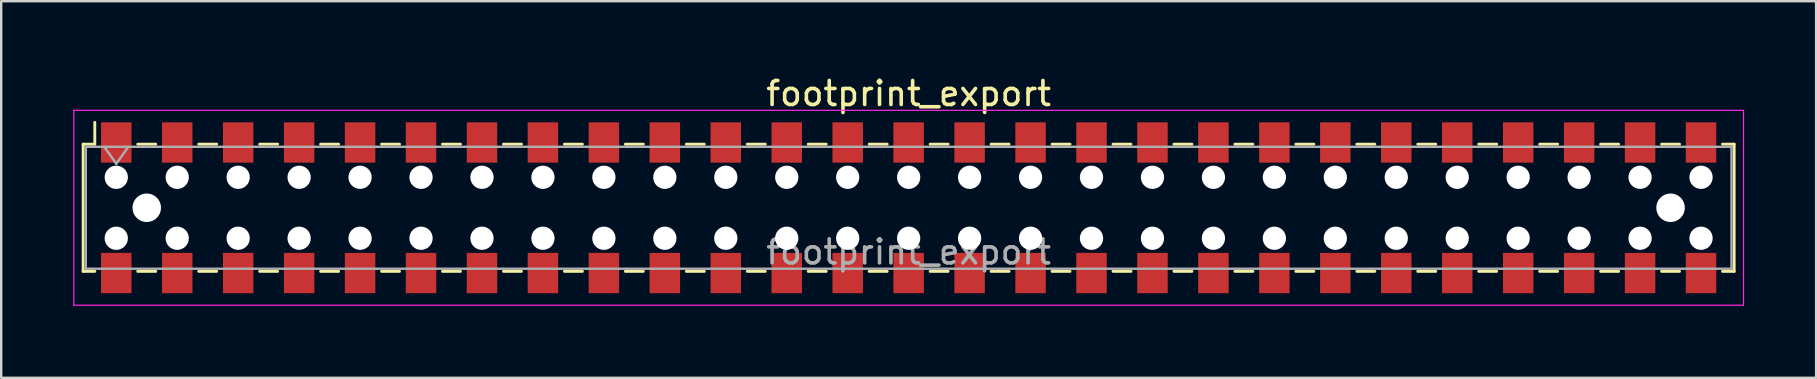
<source format=kicad_pcb>
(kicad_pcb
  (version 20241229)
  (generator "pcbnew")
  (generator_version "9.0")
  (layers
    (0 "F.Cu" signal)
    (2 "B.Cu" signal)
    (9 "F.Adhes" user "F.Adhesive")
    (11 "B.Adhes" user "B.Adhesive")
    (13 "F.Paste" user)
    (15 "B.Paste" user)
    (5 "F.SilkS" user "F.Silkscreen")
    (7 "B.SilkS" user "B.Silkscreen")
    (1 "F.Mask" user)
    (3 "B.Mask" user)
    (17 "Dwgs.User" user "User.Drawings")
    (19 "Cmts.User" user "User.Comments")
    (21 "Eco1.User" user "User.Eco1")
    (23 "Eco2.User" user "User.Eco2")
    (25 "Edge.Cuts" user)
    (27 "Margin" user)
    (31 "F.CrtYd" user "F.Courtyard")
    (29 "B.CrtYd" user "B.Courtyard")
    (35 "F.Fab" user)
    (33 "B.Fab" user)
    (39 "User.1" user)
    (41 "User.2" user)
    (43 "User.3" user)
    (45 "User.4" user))
  (footprint "footprint_export"
    (layer "F.Cu")
    (at 34.815 5.608)
    (property "Reference" "footprint_export" (at 0 -4.76 0) (layer "F.SilkS") (effects (font (size 1 1) (thickness 0.15))))
    (attr smd)
    (fp_line (start -34.4 -2.65) (end -34.4 2.65) (stroke (width 0.12) (type solid)) (layer "F.SilkS"))
    (fp_line (start -34.4 2.65) (end -33.915 2.65) (stroke (width 0.12) (type solid)) (layer "F.SilkS"))
    (fp_line (start -33.915 -3.56) (end -33.915 -2.65) (stroke (width 0.12) (type solid)) (layer "F.SilkS"))
    (fp_line (start -33.915 -2.65) (end -34.4 -2.65) (stroke (width 0.12) (type solid)) (layer "F.SilkS"))
    (fp_line (start -32.125 -2.65) (end -31.375 -2.65) (stroke (width 0.12) (type solid)) (layer "F.SilkS"))
    (fp_line (start -32.125 2.65) (end -31.375 2.65) (stroke (width 0.12) (type solid)) (layer "F.SilkS"))
    (fp_line (start -29.585 -2.65) (end -28.835 -2.65) (stroke (width 0.12) (type solid)) (layer "F.SilkS"))
    (fp_line (start -29.585 2.65) (end -28.835 2.65) (stroke (width 0.12) (type solid)) (layer "F.SilkS"))
    (fp_line (start -27.045 -2.65) (end -26.295 -2.65) (stroke (width 0.12) (type solid)) (layer "F.SilkS"))
    (fp_line (start -27.045 2.65) (end -26.295 2.65) (stroke (width 0.12) (type solid)) (layer "F.SilkS"))
    (fp_line (start -24.505 -2.65) (end -23.755 -2.65) (stroke (width 0.12) (type solid)) (layer "F.SilkS"))
    (fp_line (start -24.505 2.65) (end -23.755 2.65) (stroke (width 0.12) (type solid)) (layer "F.SilkS"))
    (fp_line (start -21.965 -2.65) (end -21.215 -2.65) (stroke (width 0.12) (type solid)) (layer "F.SilkS"))
    (fp_line (start -21.965 2.65) (end -21.215 2.65) (stroke (width 0.12) (type solid)) (layer "F.SilkS"))
    (fp_line (start -19.425 -2.65) (end -18.675 -2.65) (stroke (width 0.12) (type solid)) (layer "F.SilkS"))
    (fp_line (start -19.425 2.65) (end -18.675 2.65) (stroke (width 0.12) (type solid)) (layer "F.SilkS"))
    (fp_line (start -16.885 -2.65) (end -16.135 -2.65) (stroke (width 0.12) (type solid)) (layer "F.SilkS"))
    (fp_line (start -16.885 2.65) (end -16.135 2.65) (stroke (width 0.12) (type solid)) (layer "F.SilkS"))
    (fp_line (start -14.345 -2.65) (end -13.595 -2.65) (stroke (width 0.12) (type solid)) (layer "F.SilkS"))
    (fp_line (start -14.345 2.65) (end -13.595 2.65) (stroke (width 0.12) (type solid)) (layer "F.SilkS"))
    (fp_line (start -11.805 -2.65) (end -11.055 -2.65) (stroke (width 0.12) (type solid)) (layer "F.SilkS"))
    (fp_line (start -11.805 2.65) (end -11.055 2.65) (stroke (width 0.12) (type solid)) (layer "F.SilkS"))
    (fp_line (start -9.265 -2.65) (end -8.515 -2.65) (stroke (width 0.12) (type solid)) (layer "F.SilkS"))
    (fp_line (start -9.265 2.65) (end -8.515 2.65) (stroke (width 0.12) (type solid)) (layer "F.SilkS"))
    (fp_line (start -6.725 -2.65) (end -5.975 -2.65) (stroke (width 0.12) (type solid)) (layer "F.SilkS"))
    (fp_line (start -6.725 2.65) (end -5.975 2.65) (stroke (width 0.12) (type solid)) (layer "F.SilkS"))
    (fp_line (start -4.185 -2.65) (end -3.435 -2.65) (stroke (width 0.12) (type solid)) (layer "F.SilkS"))
    (fp_line (start -4.185 2.65) (end -3.435 2.65) (stroke (width 0.12) (type solid)) (layer "F.SilkS"))
    (fp_line (start -1.645 -2.65) (end -0.895 -2.65) (stroke (width 0.12) (type solid)) (layer "F.SilkS"))
    (fp_line (start -1.645 2.65) (end -0.895 2.65) (stroke (width 0.12) (type solid)) (layer "F.SilkS"))
    (fp_line (start 0.895 -2.65) (end 1.645 -2.65) (stroke (width 0.12) (type solid)) (layer "F.SilkS"))
    (fp_line (start 0.895 2.65) (end 1.645 2.65) (stroke (width 0.12) (type solid)) (layer "F.SilkS"))
    (fp_line (start 3.435 -2.65) (end 4.185 -2.65) (stroke (width 0.12) (type solid)) (layer "F.SilkS"))
    (fp_line (start 3.435 2.65) (end 4.185 2.65) (stroke (width 0.12) (type solid)) (layer "F.SilkS"))
    (fp_line (start 5.975 -2.65) (end 6.725 -2.65) (stroke (width 0.12) (type solid)) (layer "F.SilkS"))
    (fp_line (start 5.975 2.65) (end 6.725 2.65) (stroke (width 0.12) (type solid)) (layer "F.SilkS"))
    (fp_line (start 8.515 -2.65) (end 9.265 -2.65) (stroke (width 0.12) (type solid)) (layer "F.SilkS"))
    (fp_line (start 8.515 2.65) (end 9.265 2.65) (stroke (width 0.12) (type solid)) (layer "F.SilkS"))
    (fp_line (start 11.055 -2.65) (end 11.805 -2.65) (stroke (width 0.12) (type solid)) (layer "F.SilkS"))
    (fp_line (start 11.055 2.65) (end 11.805 2.65) (stroke (width 0.12) (type solid)) (layer "F.SilkS"))
    (fp_line (start 13.595 -2.65) (end 14.345 -2.65) (stroke (width 0.12) (type solid)) (layer "F.SilkS"))
    (fp_line (start 13.595 2.65) (end 14.345 2.65) (stroke (width 0.12) (type solid)) (layer "F.SilkS"))
    (fp_line (start 16.135 -2.65) (end 16.885 -2.65) (stroke (width 0.12) (type solid)) (layer "F.SilkS"))
    (fp_line (start 16.135 2.65) (end 16.885 2.65) (stroke (width 0.12) (type solid)) (layer "F.SilkS"))
    (fp_line (start 18.675 -2.65) (end 19.425 -2.65) (stroke (width 0.12) (type solid)) (layer "F.SilkS"))
    (fp_line (start 18.675 2.65) (end 19.425 2.65) (stroke (width 0.12) (type solid)) (layer "F.SilkS"))
    (fp_line (start 21.215 -2.65) (end 21.965 -2.65) (stroke (width 0.12) (type solid)) (layer "F.SilkS"))
    (fp_line (start 21.215 2.65) (end 21.965 2.65) (stroke (width 0.12) (type solid)) (layer "F.SilkS"))
    (fp_line (start 23.755 -2.65) (end 24.505 -2.65) (stroke (width 0.12) (type solid)) (layer "F.SilkS"))
    (fp_line (start 23.755 2.65) (end 24.505 2.65) (stroke (width 0.12) (type solid)) (layer "F.SilkS"))
    (fp_line (start 26.295 -2.65) (end 27.045 -2.65) (stroke (width 0.12) (type solid)) (layer "F.SilkS"))
    (fp_line (start 26.295 2.65) (end 27.045 2.65) (stroke (width 0.12) (type solid)) (layer "F.SilkS"))
    (fp_line (start 28.835 -2.65) (end 29.585 -2.65) (stroke (width 0.12) (type solid)) (layer "F.SilkS"))
    (fp_line (start 28.835 2.65) (end 29.585 2.65) (stroke (width 0.12) (type solid)) (layer "F.SilkS"))
    (fp_line (start 31.375 -2.65) (end 32.125 -2.65) (stroke (width 0.12) (type solid)) (layer "F.SilkS"))
    (fp_line (start 31.375 2.65) (end 32.125 2.65) (stroke (width 0.12) (type solid)) (layer "F.SilkS"))
    (fp_line (start 33.915 -2.65) (end 34.4 -2.65) (stroke (width 0.12) (type solid)) (layer "F.SilkS"))
    (fp_line (start 34.4 -2.65) (end 34.4 2.65) (stroke (width 0.12) (type solid)) (layer "F.SilkS"))
    (fp_line (start 34.4 2.65) (end 33.915 2.65) (stroke (width 0.12) (type solid)) (layer "F.SilkS"))
    (fp_line (start -34.79 -4.06) (end 34.79 -4.06) (stroke (width 0.05) (type solid)) (layer "F.CrtYd"))
    (fp_line (start -34.79 4.06) (end -34.79 -4.06) (stroke (width 0.05) (type solid)) (layer "F.CrtYd"))
    (fp_line (start 34.79 -4.06) (end 34.79 4.06) (stroke (width 0.05) (type solid)) (layer "F.CrtYd"))
    (fp_line (start 34.79 4.06) (end -34.79 4.06) (stroke (width 0.05) (type solid)) (layer "F.CrtYd"))
    (fp_line (start -34.29 -2.54) (end 34.29 -2.54) (stroke (width 0.1) (type solid)) (layer "F.Fab"))
    (fp_line (start -34.29 2.54) (end -34.29 -2.54) (stroke (width 0.1) (type solid)) (layer "F.Fab"))
    (fp_line (start -33.52 -2.54) (end -33.02 -1.833) (stroke (width 0.1) (type solid)) (layer "F.Fab"))
    (fp_line (start -33.02 -1.833) (end -32.52 -2.54) (stroke (width 0.1) (type solid)) (layer "F.Fab"))
    (fp_line (start 34.29 -2.54) (end 34.29 2.54) (stroke (width 0.1) (type solid)) (layer "F.Fab"))
    (fp_line (start 34.29 2.54) (end -34.29 2.54) (stroke (width 0.1) (type solid)) (layer "F.Fab"))
    (fp_text user "${REFERENCE}" (at 0 1.84 0) (layer "F.Fab") (effects (font (size 1 1) (thickness 0.15))))
    (pad "" np_thru_hole circle (at -33.02 -1.27) (size 0.97 0.97) (drill 0.97) (layers "*.Cu" "*.Mask"))
    (pad "" np_thru_hole circle (at -33.02 1.27) (size 0.97 0.97) (drill 0.97) (layers "*.Cu" "*.Mask"))
    (pad "" np_thru_hole circle (at -31.75 0) (size 1.19 1.19) (drill 1.19) (layers "*.Cu" "*.Mask"))
    (pad "" np_thru_hole circle (at -30.48 -1.27) (size 0.97 0.97) (drill 0.97) (layers "*.Cu" "*.Mask"))
    (pad "" np_thru_hole circle (at -30.48 1.27) (size 0.97 0.97) (drill 0.97) (layers "*.Cu" "*.Mask"))
    (pad "" np_thru_hole circle (at -27.94 -1.27) (size 0.97 0.97) (drill 0.97) (layers "*.Cu" "*.Mask"))
    (pad "" np_thru_hole circle (at -27.94 1.27) (size 0.97 0.97) (drill 0.97) (layers "*.Cu" "*.Mask"))
    (pad "" np_thru_hole circle (at -25.4 -1.27) (size 0.97 0.97) (drill 0.97) (layers "*.Cu" "*.Mask"))
    (pad "" np_thru_hole circle (at -25.4 1.27) (size 0.97 0.97) (drill 0.97) (layers "*.Cu" "*.Mask"))
    (pad "" np_thru_hole circle (at -22.86 -1.27) (size 0.97 0.97) (drill 0.97) (layers "*.Cu" "*.Mask"))
    (pad "" np_thru_hole circle (at -22.86 1.27) (size 0.97 0.97) (drill 0.97) (layers "*.Cu" "*.Mask"))
    (pad "" np_thru_hole circle (at -20.32 -1.27) (size 0.97 0.97) (drill 0.97) (layers "*.Cu" "*.Mask"))
    (pad "" np_thru_hole circle (at -20.32 1.27) (size 0.97 0.97) (drill 0.97) (layers "*.Cu" "*.Mask"))
    (pad "" np_thru_hole circle (at -17.78 -1.27) (size 0.97 0.97) (drill 0.97) (layers "*.Cu" "*.Mask"))
    (pad "" np_thru_hole circle (at -17.78 1.27) (size 0.97 0.97) (drill 0.97) (layers "*.Cu" "*.Mask"))
    (pad "" np_thru_hole circle (at -15.24 -1.27) (size 0.97 0.97) (drill 0.97) (layers "*.Cu" "*.Mask"))
    (pad "" np_thru_hole circle (at -15.24 1.27) (size 0.97 0.97) (drill 0.97) (layers "*.Cu" "*.Mask"))
    (pad "" np_thru_hole circle (at -12.7 -1.27) (size 0.97 0.97) (drill 0.97) (layers "*.Cu" "*.Mask"))
    (pad "" np_thru_hole circle (at -12.7 1.27) (size 0.97 0.97) (drill 0.97) (layers "*.Cu" "*.Mask"))
    (pad "" np_thru_hole circle (at -10.16 -1.27) (size 0.97 0.97) (drill 0.97) (layers "*.Cu" "*.Mask"))
    (pad "" np_thru_hole circle (at -10.16 1.27) (size 0.97 0.97) (drill 0.97) (layers "*.Cu" "*.Mask"))
    (pad "" np_thru_hole circle (at -7.62 -1.27) (size 0.97 0.97) (drill 0.97) (layers "*.Cu" "*.Mask"))
    (pad "" np_thru_hole circle (at -7.62 1.27) (size 0.97 0.97) (drill 0.97) (layers "*.Cu" "*.Mask"))
    (pad "" np_thru_hole circle (at -5.08 -1.27) (size 0.97 0.97) (drill 0.97) (layers "*.Cu" "*.Mask"))
    (pad "" np_thru_hole circle (at -5.08 1.27) (size 0.97 0.97) (drill 0.97) (layers "*.Cu" "*.Mask"))
    (pad "" np_thru_hole circle (at -2.54 -1.27) (size 0.97 0.97) (drill 0.97) (layers "*.Cu" "*.Mask"))
    (pad "" np_thru_hole circle (at -2.54 1.27) (size 0.97 0.97) (drill 0.97) (layers "*.Cu" "*.Mask"))
    (pad "" np_thru_hole circle (at 0 -1.27) (size 0.97 0.97) (drill 0.97) (layers "*.Cu" "*.Mask"))
    (pad "" np_thru_hole circle (at 0 1.27) (size 0.97 0.97) (drill 0.97) (layers "*.Cu" "*.Mask"))
    (pad "" np_thru_hole circle (at 2.54 -1.27) (size 0.97 0.97) (drill 0.97) (layers "*.Cu" "*.Mask"))
    (pad "" np_thru_hole circle (at 2.54 1.27) (size 0.97 0.97) (drill 0.97) (layers "*.Cu" "*.Mask"))
    (pad "" np_thru_hole circle (at 5.08 -1.27) (size 0.97 0.97) (drill 0.97) (layers "*.Cu" "*.Mask"))
    (pad "" np_thru_hole circle (at 5.08 1.27) (size 0.97 0.97) (drill 0.97) (layers "*.Cu" "*.Mask"))
    (pad "" np_thru_hole circle (at 7.62 -1.27) (size 0.97 0.97) (drill 0.97) (layers "*.Cu" "*.Mask"))
    (pad "" np_thru_hole circle (at 7.62 1.27) (size 0.97 0.97) (drill 0.97) (layers "*.Cu" "*.Mask"))
    (pad "" np_thru_hole circle (at 10.16 -1.27) (size 0.97 0.97) (drill 0.97) (layers "*.Cu" "*.Mask"))
    (pad "" np_thru_hole circle (at 10.16 1.27) (size 0.97 0.97) (drill 0.97) (layers "*.Cu" "*.Mask"))
    (pad "" np_thru_hole circle (at 12.7 -1.27) (size 0.97 0.97) (drill 0.97) (layers "*.Cu" "*.Mask"))
    (pad "" np_thru_hole circle (at 12.7 1.27) (size 0.97 0.97) (drill 0.97) (layers "*.Cu" "*.Mask"))
    (pad "" np_thru_hole circle (at 15.24 -1.27) (size 0.97 0.97) (drill 0.97) (layers "*.Cu" "*.Mask"))
    (pad "" np_thru_hole circle (at 15.24 1.27) (size 0.97 0.97) (drill 0.97) (layers "*.Cu" "*.Mask"))
    (pad "" np_thru_hole circle (at 17.78 -1.27) (size 0.97 0.97) (drill 0.97) (layers "*.Cu" "*.Mask"))
    (pad "" np_thru_hole circle (at 17.78 1.27) (size 0.97 0.97) (drill 0.97) (layers "*.Cu" "*.Mask"))
    (pad "" np_thru_hole circle (at 20.32 -1.27) (size 0.97 0.97) (drill 0.97) (layers "*.Cu" "*.Mask"))
    (pad "" np_thru_hole circle (at 20.32 1.27) (size 0.97 0.97) (drill 0.97) (layers "*.Cu" "*.Mask"))
    (pad "" np_thru_hole circle (at 22.86 -1.27) (size 0.97 0.97) (drill 0.97) (layers "*.Cu" "*.Mask"))
    (pad "" np_thru_hole circle (at 22.86 1.27) (size 0.97 0.97) (drill 0.97) (layers "*.Cu" "*.Mask"))
    (pad "" np_thru_hole circle (at 25.4 -1.27) (size 0.97 0.97) (drill 0.97) (layers "*.Cu" "*.Mask"))
    (pad "" np_thru_hole circle (at 25.4 1.27) (size 0.97 0.97) (drill 0.97) (layers "*.Cu" "*.Mask"))
    (pad "" np_thru_hole circle (at 27.94 -1.27) (size 0.97 0.97) (drill 0.97) (layers "*.Cu" "*.Mask"))
    (pad "" np_thru_hole circle (at 27.94 1.27) (size 0.97 0.97) (drill 0.97) (layers "*.Cu" "*.Mask"))
    (pad "" np_thru_hole circle (at 30.48 -1.27) (size 0.97 0.97) (drill 0.97) (layers "*.Cu" "*.Mask"))
    (pad "" np_thru_hole circle (at 30.48 1.27) (size 0.97 0.97) (drill 0.97) (layers "*.Cu" "*.Mask"))
    (pad "" np_thru_hole circle (at 31.75 0) (size 1.19 1.19) (drill 1.19) (layers "*.Cu" "*.Mask"))
    (pad "" np_thru_hole circle (at 33.02 -1.27) (size 0.97 0.97) (drill 0.97) (layers "*.Cu" "*.Mask"))
    (pad "" np_thru_hole circle (at 33.02 1.27) (size 0.97 0.97) (drill 0.97) (layers "*.Cu" "*.Mask"))
    (pad "1" smd rect (at -33.02 -2.72) (size 1.27 1.68) (layers "F.Cu" "F.Mask" "F.Paste"))
    (pad "2" smd rect (at -33.02 2.72) (size 1.27 1.68) (layers "F.Cu" "F.Mask" "F.Paste"))
    (pad "3" smd rect (at -30.48 -2.72) (size 1.27 1.68) (layers "F.Cu" "F.Mask" "F.Paste"))
    (pad "4" smd rect (at -30.48 2.72) (size 1.27 1.68) (layers "F.Cu" "F.Mask" "F.Paste"))
    (pad "5" smd rect (at -27.94 -2.72) (size 1.27 1.68) (layers "F.Cu" "F.Mask" "F.Paste"))
    (pad "6" smd rect (at -27.94 2.72) (size 1.27 1.68) (layers "F.Cu" "F.Mask" "F.Paste"))
    (pad "7" smd rect (at -25.4 -2.72) (size 1.27 1.68) (layers "F.Cu" "F.Mask" "F.Paste"))
    (pad "8" smd rect (at -25.4 2.72) (size 1.27 1.68) (layers "F.Cu" "F.Mask" "F.Paste"))
    (pad "9" smd rect (at -22.86 -2.72) (size 1.27 1.68) (layers "F.Cu" "F.Mask" "F.Paste"))
    (pad "10" smd rect (at -22.86 2.72) (size 1.27 1.68) (layers "F.Cu" "F.Mask" "F.Paste"))
    (pad "11" smd rect (at -20.32 -2.72) (size 1.27 1.68) (layers "F.Cu" "F.Mask" "F.Paste"))
    (pad "12" smd rect (at -20.32 2.72) (size 1.27 1.68) (layers "F.Cu" "F.Mask" "F.Paste"))
    (pad "13" smd rect (at -17.78 -2.72) (size 1.27 1.68) (layers "F.Cu" "F.Mask" "F.Paste"))
    (pad "14" smd rect (at -17.78 2.72) (size 1.27 1.68) (layers "F.Cu" "F.Mask" "F.Paste"))
    (pad "15" smd rect (at -15.24 -2.72) (size 1.27 1.68) (layers "F.Cu" "F.Mask" "F.Paste"))
    (pad "16" smd rect (at -15.24 2.72) (size 1.27 1.68) (layers "F.Cu" "F.Mask" "F.Paste"))
    (pad "17" smd rect (at -12.7 -2.72) (size 1.27 1.68) (layers "F.Cu" "F.Mask" "F.Paste"))
    (pad "18" smd rect (at -12.7 2.72) (size 1.27 1.68) (layers "F.Cu" "F.Mask" "F.Paste"))
    (pad "19" smd rect (at -10.16 -2.72) (size 1.27 1.68) (layers "F.Cu" "F.Mask" "F.Paste"))
    (pad "20" smd rect (at -10.16 2.72) (size 1.27 1.68) (layers "F.Cu" "F.Mask" "F.Paste"))
    (pad "21" smd rect (at -7.62 -2.72) (size 1.27 1.68) (layers "F.Cu" "F.Mask" "F.Paste"))
    (pad "22" smd rect (at -7.62 2.72) (size 1.27 1.68) (layers "F.Cu" "F.Mask" "F.Paste"))
    (pad "23" smd rect (at -5.08 -2.72) (size 1.27 1.68) (layers "F.Cu" "F.Mask" "F.Paste"))
    (pad "24" smd rect (at -5.08 2.72) (size 1.27 1.68) (layers "F.Cu" "F.Mask" "F.Paste"))
    (pad "25" smd rect (at -2.54 -2.72) (size 1.27 1.68) (layers "F.Cu" "F.Mask" "F.Paste"))
    (pad "26" smd rect (at -2.54 2.72) (size 1.27 1.68) (layers "F.Cu" "F.Mask" "F.Paste"))
    (pad "27" smd rect (at 0 -2.72) (size 1.27 1.68) (layers "F.Cu" "F.Mask" "F.Paste"))
    (pad "28" smd rect (at 0 2.72) (size 1.27 1.68) (layers "F.Cu" "F.Mask" "F.Paste"))
    (pad "29" smd rect (at 2.54 -2.72) (size 1.27 1.68) (layers "F.Cu" "F.Mask" "F.Paste"))
    (pad "30" smd rect (at 2.54 2.72) (size 1.27 1.68) (layers "F.Cu" "F.Mask" "F.Paste"))
    (pad "31" smd rect (at 5.08 -2.72) (size 1.27 1.68) (layers "F.Cu" "F.Mask" "F.Paste"))
    (pad "32" smd rect (at 5.08 2.72) (size 1.27 1.68) (layers "F.Cu" "F.Mask" "F.Paste"))
    (pad "33" smd rect (at 7.62 -2.72) (size 1.27 1.68) (layers "F.Cu" "F.Mask" "F.Paste"))
    (pad "34" smd rect (at 7.62 2.72) (size 1.27 1.68) (layers "F.Cu" "F.Mask" "F.Paste"))
    (pad "35" smd rect (at 10.16 -2.72) (size 1.27 1.68) (layers "F.Cu" "F.Mask" "F.Paste"))
    (pad "36" smd rect (at 10.16 2.72) (size 1.27 1.68) (layers "F.Cu" "F.Mask" "F.Paste"))
    (pad "37" smd rect (at 12.7 -2.72) (size 1.27 1.68) (layers "F.Cu" "F.Mask" "F.Paste"))
    (pad "38" smd rect (at 12.7 2.72) (size 1.27 1.68) (layers "F.Cu" "F.Mask" "F.Paste"))
    (pad "39" smd rect (at 15.24 -2.72) (size 1.27 1.68) (layers "F.Cu" "F.Mask" "F.Paste"))
    (pad "40" smd rect (at 15.24 2.72) (size 1.27 1.68) (layers "F.Cu" "F.Mask" "F.Paste"))
    (pad "41" smd rect (at 17.78 -2.72) (size 1.27 1.68) (layers "F.Cu" "F.Mask" "F.Paste"))
    (pad "42" smd rect (at 17.78 2.72) (size 1.27 1.68) (layers "F.Cu" "F.Mask" "F.Paste"))
    (pad "43" smd rect (at 20.32 -2.72) (size 1.27 1.68) (layers "F.Cu" "F.Mask" "F.Paste"))
    (pad "44" smd rect (at 20.32 2.72) (size 1.27 1.68) (layers "F.Cu" "F.Mask" "F.Paste"))
    (pad "45" smd rect (at 22.86 -2.72) (size 1.27 1.68) (layers "F.Cu" "F.Mask" "F.Paste"))
    (pad "46" smd rect (at 22.86 2.72) (size 1.27 1.68) (layers "F.Cu" "F.Mask" "F.Paste"))
    (pad "47" smd rect (at 25.4 -2.72) (size 1.27 1.68) (layers "F.Cu" "F.Mask" "F.Paste"))
    (pad "48" smd rect (at 25.4 2.72) (size 1.27 1.68) (layers "F.Cu" "F.Mask" "F.Paste"))
    (pad "49" smd rect (at 27.94 -2.72) (size 1.27 1.68) (layers "F.Cu" "F.Mask" "F.Paste"))
    (pad "50" smd rect (at 27.94 2.72) (size 1.27 1.68) (layers "F.Cu" "F.Mask" "F.Paste"))
    (pad "51" smd rect (at 30.48 -2.72) (size 1.27 1.68) (layers "F.Cu" "F.Mask" "F.Paste"))
    (pad "52" smd rect (at 30.48 2.72) (size 1.27 1.68) (layers "F.Cu" "F.Mask" "F.Paste"))
    (pad "53" smd rect (at 33.02 -2.72) (size 1.27 1.68) (layers "F.Cu" "F.Mask" "F.Paste"))
    (pad "54" smd rect (at 33.02 2.72) (size 1.27 1.68) (layers "F.Cu" "F.Mask" "F.Paste")))
  (gr_rect
    (start -3 -3)
    (end 72.63 12.693)
    (stroke (width 0.1) (type default))
    (fill no)
    (layer "Edge.Cuts")))
</source>
